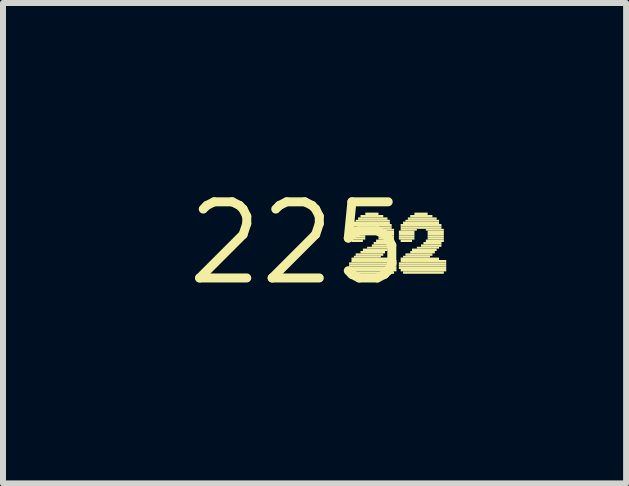
<source format=kicad_pcb>
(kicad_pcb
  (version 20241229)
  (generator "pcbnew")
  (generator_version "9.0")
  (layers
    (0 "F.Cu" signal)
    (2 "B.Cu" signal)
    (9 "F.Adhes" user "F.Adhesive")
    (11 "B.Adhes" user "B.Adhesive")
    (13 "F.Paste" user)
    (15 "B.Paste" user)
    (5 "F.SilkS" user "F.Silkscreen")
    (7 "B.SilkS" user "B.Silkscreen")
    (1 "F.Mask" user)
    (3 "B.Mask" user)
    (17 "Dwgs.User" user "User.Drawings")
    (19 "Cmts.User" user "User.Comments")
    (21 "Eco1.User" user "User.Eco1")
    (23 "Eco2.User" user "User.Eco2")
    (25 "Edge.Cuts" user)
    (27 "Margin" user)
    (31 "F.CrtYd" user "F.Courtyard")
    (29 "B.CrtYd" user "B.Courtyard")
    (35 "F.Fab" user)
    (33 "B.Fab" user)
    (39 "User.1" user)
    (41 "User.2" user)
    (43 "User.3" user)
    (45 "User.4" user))
  (footprint "225"
    (layer "F.Cu")
    (at 1.912 1.006)
    (property "Reference" "225" (at 0 0 0) (layer "F.SilkS") (effects (font (size 1.27 1.27) (thickness 0.15))))
    (fp_poly (pts (xy 0.86 -0.17) (xy 1.13 -0.17) (xy 1.13 -0.21) (xy 0.86 -0.21)) (stroke (width 0) (type solid)) (fill yes) (layer "F.SilkS"))
    (fp_poly (pts (xy 0.86 -0.13) (xy 1.13 -0.13) (xy 1.13 -0.17) (xy 0.86 -0.17)) (stroke (width 0) (type solid)) (fill yes) (layer "F.SilkS"))
    (fp_poly (pts (xy 0.86 -0.09) (xy 1.13 -0.09) (xy 1.13 -0.13) (xy 0.86 -0.13)) (stroke (width 0) (type solid)) (fill yes) (layer "F.SilkS"))
    (fp_poly (pts (xy 0.86 -0.06) (xy 1.13 -0.06) (xy 1.13 -0.09) (xy 0.86 -0.09)) (stroke (width 0) (type solid)) (fill yes) (layer "F.SilkS"))
    (fp_poly (pts (xy 0.86 0.36) (xy 1.65 0.36) (xy 1.65 0.32) (xy 0.86 0.32)) (stroke (width 0) (type solid)) (fill yes) (layer "F.SilkS"))
    (fp_poly (pts (xy 0.86 0.39) (xy 1.65 0.39) (xy 1.65 0.36) (xy 0.86 0.36)) (stroke (width 0) (type solid)) (fill yes) (layer "F.SilkS"))
    (fp_poly (pts (xy 0.86 0.43) (xy 1.65 0.43) (xy 1.65 0.39) (xy 0.86 0.39)) (stroke (width 0) (type solid)) (fill yes) (layer "F.SilkS"))
    (fp_poly (pts (xy 0.9 -0.28) (xy 1.57 -0.28) (xy 1.57 -0.32) (xy 0.9 -0.32)) (stroke (width 0) (type solid)) (fill yes) (layer "F.SilkS"))
    (fp_poly (pts (xy 0.9 -0.24) (xy 1.57 -0.24) (xy 1.57 -0.28) (xy 0.9 -0.28)) (stroke (width 0) (type solid)) (fill yes) (layer "F.SilkS"))
    (fp_poly (pts (xy 0.9 -0.21) (xy 1.16 -0.21) (xy 1.16 -0.24) (xy 0.9 -0.24)) (stroke (width 0) (type solid)) (fill yes) (layer "F.SilkS"))
    (fp_poly (pts (xy 0.9 -0.02) (xy 1.09 -0.02) (xy 1.09 -0.06) (xy 0.9 -0.06)) (stroke (width 0) (type solid)) (fill yes) (layer "F.SilkS"))
    (fp_poly (pts (xy 0.9 0.28) (xy 1.54 0.28) (xy 1.54 0.24) (xy 0.9 0.24)) (stroke (width 0) (type solid)) (fill yes) (layer "F.SilkS"))
    (fp_poly (pts (xy 0.9 0.32) (xy 1.65 0.32) (xy 1.65 0.28) (xy 0.9 0.28)) (stroke (width 0) (type solid)) (fill yes) (layer "F.SilkS"))
    (fp_poly (pts (xy 0.9 0.47) (xy 1.65 0.47) (xy 1.65 0.43) (xy 0.9 0.43)) (stroke (width 0) (type solid)) (fill yes) (layer "F.SilkS"))
    (fp_poly (pts (xy 0.94 -0.32) (xy 1.54 -0.32) (xy 1.54 -0.36) (xy 0.94 -0.36)) (stroke (width 0) (type solid)) (fill yes) (layer "F.SilkS"))
    (fp_poly (pts (xy 0.94 0.24) (xy 1.39 0.24) (xy 1.39 0.21) (xy 0.94 0.21)) (stroke (width 0) (type solid)) (fill yes) (layer "F.SilkS"))
    (fp_poly (pts (xy 0.94 0.51) (xy 1.61 0.51) (xy 1.61 0.47) (xy 0.94 0.47)) (stroke (width 0) (type solid)) (fill yes) (layer "F.SilkS"))
    (fp_poly (pts (xy 0.97 -0.36) (xy 1.54 -0.36) (xy 1.54 -0.39) (xy 0.97 -0.39)) (stroke (width 0) (type solid)) (fill yes) (layer "F.SilkS"))
    (fp_poly (pts (xy 0.97 0.21) (xy 1.43 0.21) (xy 1.43 0.17) (xy 0.97 0.17)) (stroke (width 0) (type solid)) (fill yes) (layer "F.SilkS"))
    (fp_poly (pts (xy 1.01 -0.39) (xy 1.5 -0.39) (xy 1.5 -0.43) (xy 1.01 -0.43)) (stroke (width 0) (type solid)) (fill yes) (layer "F.SilkS"))
    (fp_poly (pts (xy 1.05 -0.43) (xy 1.43 -0.43) (xy 1.43 -0.47) (xy 1.05 -0.47)) (stroke (width 0) (type solid)) (fill yes) (layer "F.SilkS"))
    (fp_poly (pts (xy 1.05 0.17) (xy 1.46 0.17) (xy 1.46 0.13) (xy 1.05 0.13)) (stroke (width 0) (type solid)) (fill yes) (layer "F.SilkS"))
    (fp_poly (pts (xy 1.09 0.13) (xy 1.5 0.13) (xy 1.5 0.09) (xy 1.09 0.09)) (stroke (width 0) (type solid)) (fill yes) (layer "F.SilkS"))
    (fp_poly (pts (xy 1.13 -0.47) (xy 1.35 -0.47) (xy 1.35 -0.51) (xy 1.13 -0.51)) (stroke (width 0) (type solid)) (fill yes) (layer "F.SilkS"))
    (fp_poly (pts (xy 1.16 0.09) (xy 1.54 0.09) (xy 1.54 0.06) (xy 1.16 0.06)) (stroke (width 0) (type solid)) (fill yes) (layer "F.SilkS"))
    (fp_poly (pts (xy 1.24 0.06) (xy 1.57 0.06) (xy 1.57 0.02) (xy 1.24 0.02)) (stroke (width 0) (type solid)) (fill yes) (layer "F.SilkS"))
    (fp_poly (pts (xy 1.27 0.02) (xy 1.57 0.02) (xy 1.57 -0.02) (xy 1.27 -0.02)) (stroke (width 0) (type solid)) (fill yes) (layer "F.SilkS"))
    (fp_poly (pts (xy 1.31 -0.21) (xy 1.61 -0.21) (xy 1.61 -0.24) (xy 1.31 -0.24)) (stroke (width 0) (type solid)) (fill yes) (layer "F.SilkS"))
    (fp_poly (pts (xy 1.31 -0.02) (xy 1.61 -0.02) (xy 1.61 -0.06) (xy 1.31 -0.06)) (stroke (width 0) (type solid)) (fill yes) (layer "F.SilkS"))
    (fp_poly (pts (xy 1.35 -0.17) (xy 1.61 -0.17) (xy 1.61 -0.21) (xy 1.35 -0.21)) (stroke (width 0) (type solid)) (fill yes) (layer "F.SilkS"))
    (fp_poly (pts (xy 1.35 -0.13) (xy 1.61 -0.13) (xy 1.61 -0.17) (xy 1.35 -0.17)) (stroke (width 0) (type solid)) (fill yes) (layer "F.SilkS"))
    (fp_poly (pts (xy 1.35 -0.09) (xy 1.61 -0.09) (xy 1.61 -0.13) (xy 1.35 -0.13)) (stroke (width 0) (type solid)) (fill yes) (layer "F.SilkS"))
    (fp_poly (pts (xy 1.35 -0.06) (xy 1.61 -0.06) (xy 1.61 -0.09) (xy 1.35 -0.09)) (stroke (width 0) (type solid)) (fill yes) (layer "F.SilkS"))
    (fp_poly (pts (xy 1.69 -0.17) (xy 1.95 -0.17) (xy 1.95 -0.21) (xy 1.69 -0.21)) (stroke (width 0) (type solid)) (fill yes) (layer "F.SilkS"))
    (fp_poly (pts (xy 1.69 -0.13) (xy 1.95 -0.13) (xy 1.95 -0.17) (xy 1.69 -0.17)) (stroke (width 0) (type solid)) (fill yes) (layer "F.SilkS"))
    (fp_poly (pts (xy 1.69 -0.09) (xy 1.95 -0.09) (xy 1.95 -0.13) (xy 1.69 -0.13)) (stroke (width 0) (type solid)) (fill yes) (layer "F.SilkS"))
    (fp_poly (pts (xy 1.69 -0.06) (xy 1.95 -0.06) (xy 1.95 -0.09) (xy 1.69 -0.09)) (stroke (width 0) (type solid)) (fill yes) (layer "F.SilkS"))
    (fp_poly (pts (xy 1.69 0.36) (xy 2.48 0.36) (xy 2.48 0.32) (xy 1.69 0.32)) (stroke (width 0) (type solid)) (fill yes) (layer "F.SilkS"))
    (fp_poly (pts (xy 1.69 0.39) (xy 2.48 0.39) (xy 2.48 0.36) (xy 1.69 0.36)) (stroke (width 0) (type solid)) (fill yes) (layer "F.SilkS"))
    (fp_poly (pts (xy 1.69 0.43) (xy 2.48 0.43) (xy 2.48 0.39) (xy 1.69 0.39)) (stroke (width 0) (type solid)) (fill yes) (layer "F.SilkS"))
    (fp_poly (pts (xy 1.72 -0.28) (xy 2.4 -0.28) (xy 2.4 -0.32) (xy 1.72 -0.32)) (stroke (width 0) (type solid)) (fill yes) (layer "F.SilkS"))
    (fp_poly (pts (xy 1.72 -0.24) (xy 2.4 -0.24) (xy 2.4 -0.28) (xy 1.72 -0.28)) (stroke (width 0) (type solid)) (fill yes) (layer "F.SilkS"))
    (fp_poly (pts (xy 1.72 -0.21) (xy 1.99 -0.21) (xy 1.99 -0.24) (xy 1.72 -0.24)) (stroke (width 0) (type solid)) (fill yes) (layer "F.SilkS"))
    (fp_poly (pts (xy 1.72 -0.02) (xy 1.91 -0.02) (xy 1.91 -0.06) (xy 1.72 -0.06)) (stroke (width 0) (type solid)) (fill yes) (layer "F.SilkS"))
    (fp_poly (pts (xy 1.72 0.28) (xy 2.36 0.28) (xy 2.36 0.24) (xy 1.72 0.24)) (stroke (width 0) (type solid)) (fill yes) (layer "F.SilkS"))
    (fp_poly (pts (xy 1.72 0.32) (xy 2.48 0.32) (xy 2.48 0.28) (xy 1.72 0.28)) (stroke (width 0) (type solid)) (fill yes) (layer "F.SilkS"))
    (fp_poly (pts (xy 1.72 0.47) (xy 2.48 0.47) (xy 2.48 0.43) (xy 1.72 0.43)) (stroke (width 0) (type solid)) (fill yes) (layer "F.SilkS"))
    (fp_poly (pts (xy 1.76 -0.32) (xy 2.36 -0.32) (xy 2.36 -0.36) (xy 1.76 -0.36)) (stroke (width 0) (type solid)) (fill yes) (layer "F.SilkS"))
    (fp_poly (pts (xy 1.76 0.24) (xy 2.21 0.24) (xy 2.21 0.21) (xy 1.76 0.21)) (stroke (width 0) (type solid)) (fill yes) (layer "F.SilkS"))
    (fp_poly (pts (xy 1.76 0.51) (xy 2.44 0.51) (xy 2.44 0.47) (xy 1.76 0.47)) (stroke (width 0) (type solid)) (fill yes) (layer "F.SilkS"))
    (fp_poly (pts (xy 1.8 -0.36) (xy 2.36 -0.36) (xy 2.36 -0.39) (xy 1.8 -0.39)) (stroke (width 0) (type solid)) (fill yes) (layer "F.SilkS"))
    (fp_poly (pts (xy 1.8 0.21) (xy 2.25 0.21) (xy 2.25 0.17) (xy 1.8 0.17)) (stroke (width 0) (type solid)) (fill yes) (layer "F.SilkS"))
    (fp_poly (pts (xy 1.84 -0.39) (xy 2.32 -0.39) (xy 2.32 -0.43) (xy 1.84 -0.43)) (stroke (width 0) (type solid)) (fill yes) (layer "F.SilkS"))
    (fp_poly (pts (xy 1.88 -0.43) (xy 2.25 -0.43) (xy 2.25 -0.47) (xy 1.88 -0.47)) (stroke (width 0) (type solid)) (fill yes) (layer "F.SilkS"))
    (fp_poly (pts (xy 1.88 0.17) (xy 2.29 0.17) (xy 2.29 0.13) (xy 1.88 0.13)) (stroke (width 0) (type solid)) (fill yes) (layer "F.SilkS"))
    (fp_poly (pts (xy 1.91 0.13) (xy 2.32 0.13) (xy 2.32 0.09) (xy 1.91 0.09)) (stroke (width 0) (type solid)) (fill yes) (layer "F.SilkS"))
    (fp_poly (pts (xy 1.95 -0.47) (xy 2.17 -0.47) (xy 2.17 -0.51) (xy 1.95 -0.51)) (stroke (width 0) (type solid)) (fill yes) (layer "F.SilkS"))
    (fp_poly (pts (xy 1.99 0.09) (xy 2.36 0.09) (xy 2.36 0.06) (xy 1.99 0.06)) (stroke (width 0) (type solid)) (fill yes) (layer "F.SilkS"))
    (fp_poly (pts (xy 2.06 0.06) (xy 2.4 0.06) (xy 2.4 0.02) (xy 2.06 0.02)) (stroke (width 0) (type solid)) (fill yes) (layer "F.SilkS"))
    (fp_poly (pts (xy 2.1 0.02) (xy 2.4 0.02) (xy 2.4 -0.02) (xy 2.1 -0.02)) (stroke (width 0) (type solid)) (fill yes) (layer "F.SilkS"))
    (fp_poly (pts (xy 2.14 -0.21) (xy 2.44 -0.21) (xy 2.44 -0.24) (xy 2.14 -0.24)) (stroke (width 0) (type solid)) (fill yes) (layer "F.SilkS"))
    (fp_poly (pts (xy 2.14 -0.02) (xy 2.44 -0.02) (xy 2.44 -0.06) (xy 2.14 -0.06)) (stroke (width 0) (type solid)) (fill yes) (layer "F.SilkS"))
    (fp_poly (pts (xy 2.17 -0.17) (xy 2.44 -0.17) (xy 2.44 -0.21) (xy 2.17 -0.21)) (stroke (width 0) (type solid)) (fill yes) (layer "F.SilkS"))
    (fp_poly (pts (xy 2.17 -0.13) (xy 2.44 -0.13) (xy 2.44 -0.17) (xy 2.17 -0.17)) (stroke (width 0) (type solid)) (fill yes) (layer "F.SilkS"))
    (fp_poly (pts (xy 2.17 -0.09) (xy 2.44 -0.09) (xy 2.44 -0.13) (xy 2.17 -0.13)) (stroke (width 0) (type solid)) (fill yes) (layer "F.SilkS"))
    (fp_poly (pts (xy 2.17 -0.06) (xy 2.44 -0.06) (xy 2.44 -0.09) (xy 2.17 -0.09)) (stroke (width 0) (type solid)) (fill yes) (layer "F.SilkS")))
  (gr_rect
    (start -3 -3)
    (end 7.392 5.012)
    (stroke (width 0.1) (type default))
    (fill no)
    (layer "Edge.Cuts")))
</source>
